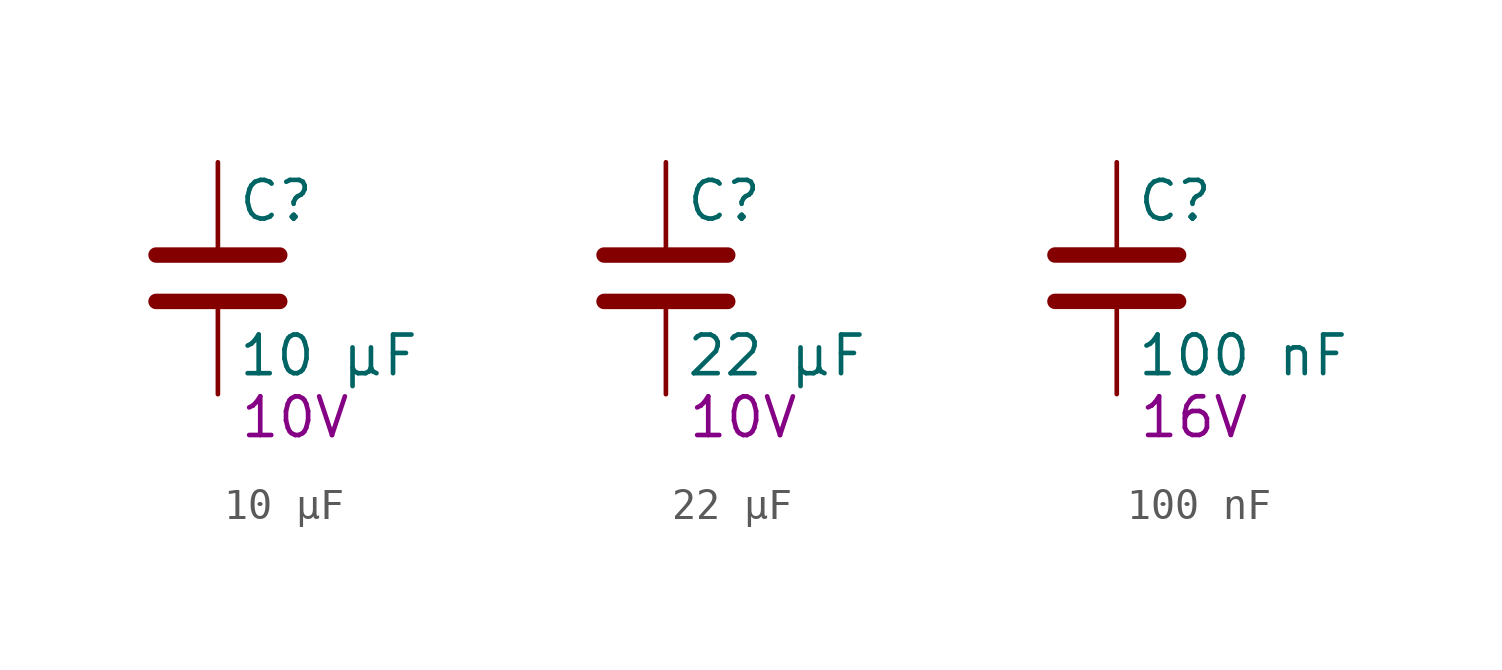
<source format=kicad_sym>
(kicad_symbol_lib
  (version 20241209)
  (generator "kicad_symbol_editor")
  (generator_version "9.0")
  (symbol "10 µF"
    (pin_numbers
      (hide yes))
    (pin_names
      (offset 0.254))
    (property "Reference" "C"
      (at 0.635 2.54 0)
      (effects (font (size 1.27 1.27)) (justify left)))
    (property "Value" "10 µF"
      (at 0.635 -2.54 0)
      (effects (font (size 1.27 1.27)) (justify left)))
    (property "Voltage Rating" "10V"
      (at 2.54 -4.572 0)
      (effects (font (size 1.27 1.27))))
    (symbol "10 µF_0_1"
      (polyline (pts (xy -2.032 0.762) (xy 2.032 0.762)) (stroke (width 0.508) (type default)) (fill (type none)))
      (polyline (pts (xy -2.032 -0.762) (xy 2.032 -0.762)) (stroke (width 0.508) (type default)) (fill (type none))))
    (symbol "10 µF_1_1"
      (pin passive line (at 0 3.81 270) (length 2.794) (name "~" (effects (font (size 1.27 1.27)))) (number "1" (effects (font (size 1.27 1.27)))))
      (pin passive line (at 0 -3.81 90) (length 2.794) (name "~" (effects (font (size 1.27 1.27)))) (number "2" (effects (font (size 1.27 1.27)))))))
  (symbol "22 µF"
    (pin_numbers
      (hide yes))
    (pin_names
      (offset 0.254))
    (property "Reference" "C"
      (at 0.635 2.54 0)
      (effects (font (size 1.27 1.27)) (justify left)))
    (property "Value" "22 µF"
      (at 0.635 -2.54 0)
      (effects (font (size 1.27 1.27)) (justify left)))
    (property "Voltage Rating" "10V"
      (at 2.54 -4.572 0)
      (effects (font (size 1.27 1.27))))
    (symbol "22 µF_0_1"
      (polyline (pts (xy -2.032 0.762) (xy 2.032 0.762)) (stroke (width 0.508) (type default)) (fill (type none)))
      (polyline (pts (xy -2.032 -0.762) (xy 2.032 -0.762)) (stroke (width 0.508) (type default)) (fill (type none))))
    (symbol "22 µF_1_1"
      (pin passive line (at 0 3.81 270) (length 2.794) (name "~" (effects (font (size 1.27 1.27)))) (number "1" (effects (font (size 1.27 1.27)))))
      (pin passive line (at 0 -3.81 90) (length 2.794) (name "~" (effects (font (size 1.27 1.27)))) (number "2" (effects (font (size 1.27 1.27)))))))
  (symbol "100 nF"
    (pin_numbers
      (hide yes))
    (pin_names
      (offset 0.254))
    (property "Reference" "C"
      (at 0.635 2.54 0)
      (effects (font (size 1.27 1.27)) (justify left)))
    (property "Value" "100 nF"
      (at 0.635 -2.54 0)
      (effects (font (size 1.27 1.27)) (justify left)))
    (property "Voltage Rating" "16V"
      (at 2.54 -4.572 0)
      (effects (font (size 1.27 1.27))))
    (symbol "100 nF_0_1"
      (polyline (pts (xy -2.032 0.762) (xy 2.032 0.762)) (stroke (width 0.508) (type default)) (fill (type none)))
      (polyline (pts (xy -2.032 -0.762) (xy 2.032 -0.762)) (stroke (width 0.508) (type default)) (fill (type none))))
    (symbol "100 nF_1_1"
      (pin passive line (at 0 3.81 270) (length 2.794) (name "~" (effects (font (size 1.27 1.27)))) (number "1" (effects (font (size 1.27 1.27)))))
      (pin passive line (at 0 -3.81 90) (length 2.794) (name "~" (effects (font (size 1.27 1.27)))) (number "2" (effects (font (size 1.27 1.27))))))))
</source>
